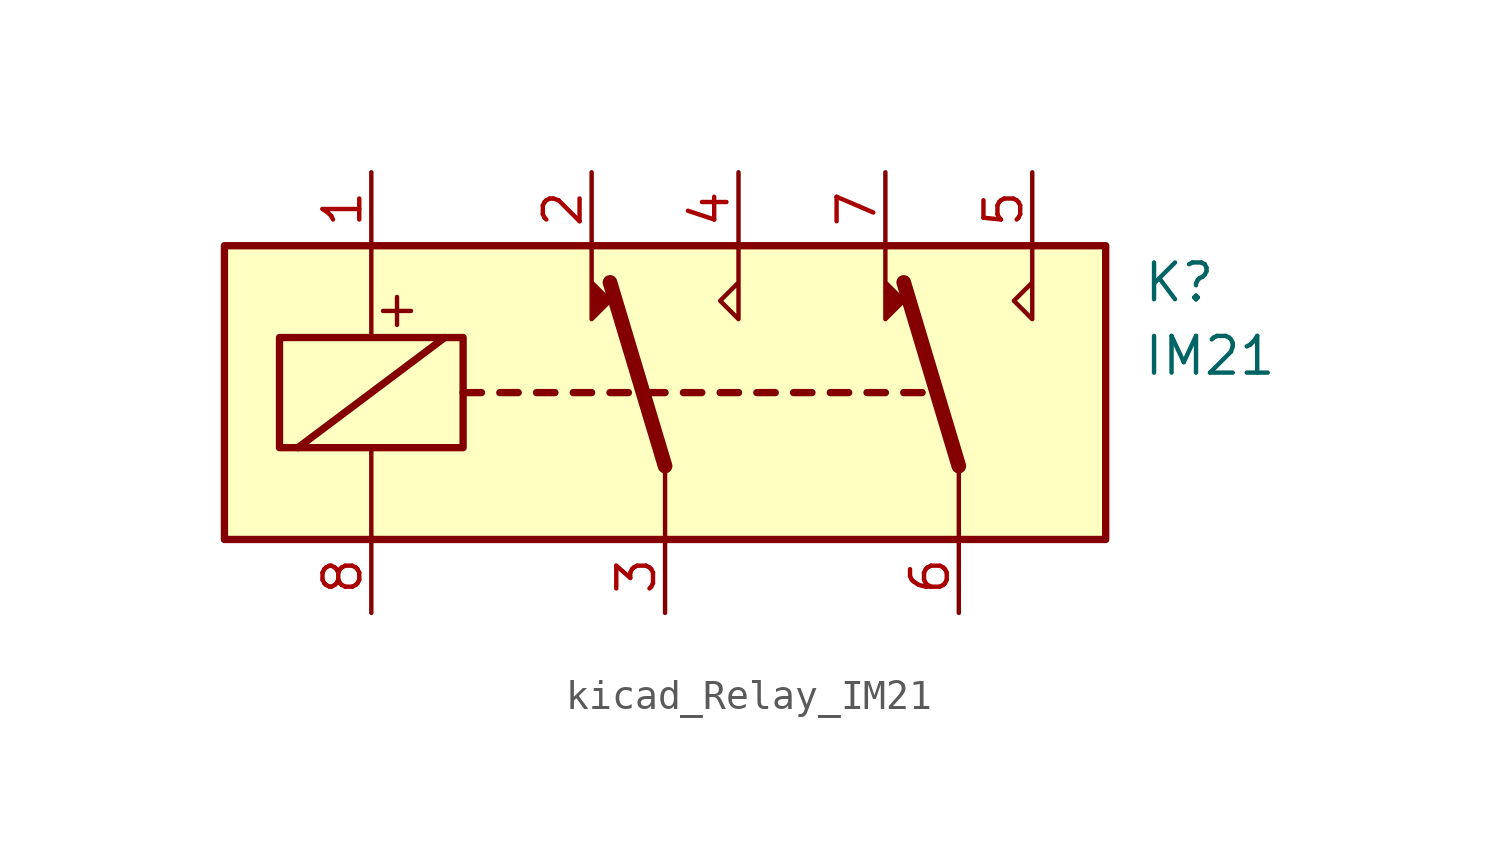
<source format=kicad_sym>
(kicad_symbol_lib
  (version 20220914)
  (generator kicad_symbol_editor)
  (symbol "kicad_Relay_IM21"
    (property "Reference" "K"
      (at 16.51 3.81 0)
      (effects (font (size 1.27 1.27)) (justify left)))
    (property "Value" "IM21"
      (at 16.51 1.27 0)
      (effects (font (size 1.27 1.27)) (justify left)))
    (symbol "kicad_Relay_IM21_0_0"
      (text "+" (at -9.271 2.921 0) (effects (font (size 1.27 1.27)))))
    (symbol "kicad_Relay_IM21_0_1"
      (rectangle (start -15.24 5.08) (end 15.24 -5.08) (stroke (width 0.254) (type default)) (fill (type background)))
      (rectangle (start -13.335 1.905) (end -6.985 -1.905) (stroke (width 0.254) (type default)) (fill (type none)))
      (polyline (pts (xy -12.7 -1.905) (xy -7.62 1.905)) (stroke (width 0.254) (type default)) (fill (type none)))
      (polyline (pts (xy -10.16 -5.08) (xy -10.16 -1.905)) (stroke (width 0) (type default)) (fill (type none)))
      (polyline (pts (xy -10.16 5.08) (xy -10.16 1.905)) (stroke (width 0) (type default)) (fill (type none)))
      (polyline (pts (xy -6.985 0) (xy -6.35 0)) (stroke (width 0.254) (type default)) (fill (type none)))
      (polyline (pts (xy -5.715 0) (xy -5.08 0)) (stroke (width 0.254) (type default)) (fill (type none)))
      (polyline (pts (xy -4.445 0) (xy -3.81 0)) (stroke (width 0.254) (type default)) (fill (type none)))
      (polyline (pts (xy -3.175 0) (xy -2.54 0)) (stroke (width 0.254) (type default)) (fill (type none)))
      (polyline (pts (xy -1.905 0) (xy -1.27 0)) (stroke (width 0.254) (type default)) (fill (type none)))
      (polyline (pts (xy -0.635 0) (xy 0 0)) (stroke (width 0.254) (type default)) (fill (type none)))
      (polyline (pts (xy 0 -2.54) (xy -1.905 3.81)) (stroke (width 0.508) (type default)) (fill (type none)))
      (polyline (pts (xy 0 -2.54) (xy 0 -5.08)) (stroke (width 0) (type default)) (fill (type none)))
      (polyline (pts (xy 0.635 0) (xy 1.27 0)) (stroke (width 0.254) (type default)) (fill (type none)))
      (polyline (pts (xy 1.905 0) (xy 2.54 0)) (stroke (width 0.254) (type default)) (fill (type none)))
      (polyline (pts (xy 3.175 0) (xy 3.81 0)) (stroke (width 0.254) (type default)) (fill (type none)))
      (polyline (pts (xy 4.445 0) (xy 5.08 0)) (stroke (width 0.254) (type default)) (fill (type none)))
      (polyline (pts (xy 5.715 0) (xy 6.35 0)) (stroke (width 0.254) (type default)) (fill (type none)))
      (polyline (pts (xy 6.985 0) (xy 7.62 0)) (stroke (width 0.254) (type default)) (fill (type none)))
      (polyline (pts (xy 8.255 0) (xy 8.89 0)) (stroke (width 0.254) (type default)) (fill (type none)))
      (polyline (pts (xy 10.16 -2.54) (xy 8.255 3.81)) (stroke (width 0.508) (type default)) (fill (type none)))
      (polyline (pts (xy 10.16 -2.54) (xy 10.16 -5.08)) (stroke (width 0) (type default)) (fill (type none)))
      (polyline (pts (xy -2.54 5.08) (xy -2.54 2.54) (xy -1.905 3.175) (xy -2.54 3.81)) (stroke (width 0) (type default)) (fill (type outline)))
      (polyline (pts (xy 2.54 5.08) (xy 2.54 2.54) (xy 1.905 3.175) (xy 2.54 3.81)) (stroke (width 0) (type default)) (fill (type none)))
      (polyline (pts (xy 7.62 5.08) (xy 7.62 2.54) (xy 8.255 3.175) (xy 7.62 3.81)) (stroke (width 0) (type default)) (fill (type outline)))
      (polyline (pts (xy 12.7 5.08) (xy 12.7 2.54) (xy 12.065 3.175) (xy 12.7 3.81)) (stroke (width 0) (type default)) (fill (type none))))
    (symbol "kicad_Relay_IM21_1_1"
      (pin passive line (at -10.16 7.62 270) (length 2.54) (name "~" (effects (font (size 1.27 1.27)))) (number "1" (effects (font (size 1.27 1.27)))))
      (pin passive line (at -2.54 7.62 270) (length 2.54) (name "~" (effects (font (size 1.27 1.27)))) (number "2" (effects (font (size 1.27 1.27)))))
      (pin passive line (at 0 -7.62 90) (length 2.54) (name "~" (effects (font (size 1.27 1.27)))) (number "3" (effects (font (size 1.27 1.27)))))
      (pin passive line (at 2.54 7.62 270) (length 2.54) (name "~" (effects (font (size 1.27 1.27)))) (number "4" (effects (font (size 1.27 1.27)))))
      (pin passive line (at 12.7 7.62 270) (length 2.54) (name "~" (effects (font (size 1.27 1.27)))) (number "5" (effects (font (size 1.27 1.27)))))
      (pin passive line (at 10.16 -7.62 90) (length 2.54) (name "~" (effects (font (size 1.27 1.27)))) (number "6" (effects (font (size 1.27 1.27)))))
      (pin passive line (at 7.62 7.62 270) (length 2.54) (name "~" (effects (font (size 1.27 1.27)))) (number "7" (effects (font (size 1.27 1.27)))))
      (pin passive line (at -10.16 -7.62 90) (length 2.54) (name "~" (effects (font (size 1.27 1.27)))) (number "8" (effects (font (size 1.27 1.27))))))))
</source>
